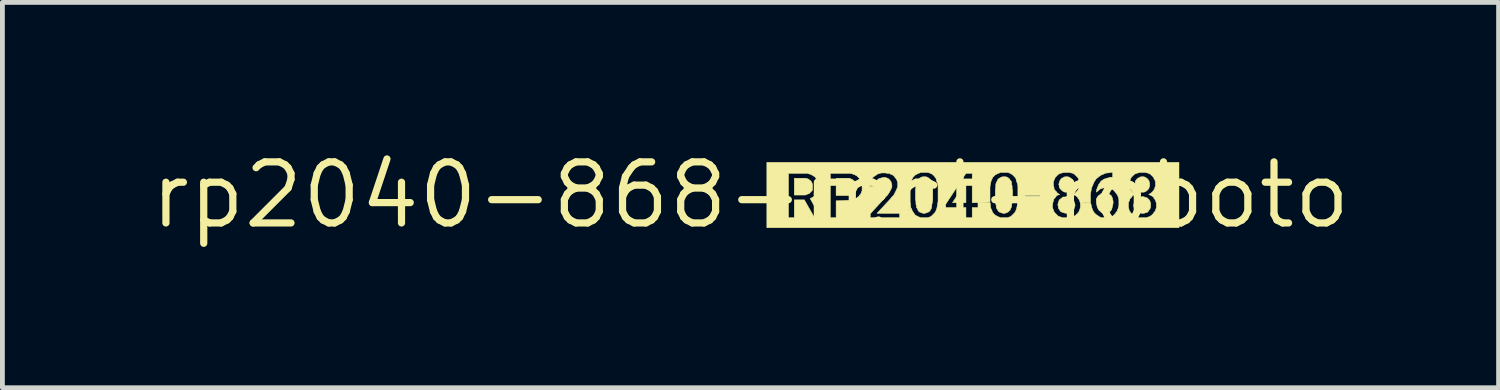
<source format=kicad_pcb>
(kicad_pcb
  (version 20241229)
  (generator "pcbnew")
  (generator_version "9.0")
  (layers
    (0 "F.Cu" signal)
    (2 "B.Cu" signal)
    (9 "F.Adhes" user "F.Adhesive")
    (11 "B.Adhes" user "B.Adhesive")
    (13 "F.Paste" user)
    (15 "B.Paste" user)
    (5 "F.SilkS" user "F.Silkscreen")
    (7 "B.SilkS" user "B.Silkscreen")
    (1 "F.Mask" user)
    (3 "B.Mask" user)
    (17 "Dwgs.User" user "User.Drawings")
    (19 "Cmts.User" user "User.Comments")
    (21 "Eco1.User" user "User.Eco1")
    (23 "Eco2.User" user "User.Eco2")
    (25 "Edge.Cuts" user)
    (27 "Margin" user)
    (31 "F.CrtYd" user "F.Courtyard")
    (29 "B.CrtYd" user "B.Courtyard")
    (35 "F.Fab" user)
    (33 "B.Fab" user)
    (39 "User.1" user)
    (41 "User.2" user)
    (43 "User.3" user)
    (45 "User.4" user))
  (footprint "rp2040-868-rect-roboto"
    (layer "F.Cu")
    (at 12.556 1.006)
    (property "Reference" "rp2040-868-rect-roboto" (at 0 0 0) (layer "F.SilkS") (effects (font (size 1.27 1.27) (thickness 0.15))))
    (attr board_only exclude_from_pos_files exclude_from_bom)
    (fp_poly (pts (xy 4.2 0.16) (xy 4.48 0.16) (xy 4.48 -0.29) (xy 4.47 -0.26) (xy 4.2 0.16)) (stroke (width 0.01) (type solid)) (fill yes) (layer "F.SilkS"))
    (fp_poly (pts (xy 0.91 0) (xy 1.1 0) (xy 1.14 0) (xy 1.16 -0.01) (xy 1.19 -0.02) (xy 1.22 -0.03) (xy 1.24 -0.05) (xy 1.26 -0.07) (xy 1.28 -0.09) (xy 1.29 -0.12) (xy 1.29 -0.15) (xy 1.29 -0.2) (xy 1.29 -0.23) (xy 1.27 -0.26) (xy 1.26 -0.29) (xy 1.23 -0.31) (xy 1.21 -0.33) (xy 1.18 -0.34) (xy 1.15 -0.35) (xy 1.1 -0.35) (xy 0.91 -0.35) (xy 0.91 0)) (stroke (width 0.01) (type solid)) (fill yes) (layer "F.SilkS"))
    (fp_poly (pts (xy 1.78 0.01) (xy 2 0.01) (xy 2.04 0.01) (xy 2.07 0.01) (xy 2.09 0) (xy 2.12 -0.01) (xy 2.14 -0.02) (xy 2.16 -0.05) (xy 2.18 -0.07) (xy 2.19 -0.1) (xy 2.2 -0.14) (xy 2.2 -0.18) (xy 2.2 -0.22) (xy 2.19 -0.25) (xy 2.17 -0.28) (xy 2.15 -0.3) (xy 2.12 -0.32) (xy 2.08 -0.34) (xy 2.05 -0.35) (xy 2 -0.35) (xy 1.78 -0.35) (xy 1.78 0.01)) (stroke (width 0.01) (type solid)) (fill yes) (layer "F.SilkS"))
    (fp_poly (pts (xy 6.57 -0.38) (xy 6.54 -0.38) (xy 6.51 -0.37) (xy 6.48 -0.35) (xy 6.46 -0.34) (xy 6.44 -0.31) (xy 6.43 -0.29) (xy 6.42 -0.26) (xy 6.41 -0.22) (xy 6.42 -0.19) (xy 6.42 -0.16) (xy 6.44 -0.13) (xy 6.46 -0.11) (xy 6.48 -0.09) (xy 6.51 -0.07) (xy 6.54 -0.06) (xy 6.57 -0.06) (xy 6.6 -0.06) (xy 6.63 -0.07) (xy 6.66 -0.09) (xy 6.68 -0.11) (xy 6.7 -0.13) (xy 6.72 -0.16) (xy 6.72 -0.19) (xy 6.73 -0.22) (xy 6.72 -0.25) (xy 6.72 -0.28) (xy 6.7 -0.31) (xy 6.68 -0.33) (xy 6.66 -0.35) (xy 6.63 -0.37) (xy 6.6 -0.38) (xy 6.57 -0.38)) (stroke (width 0.01) (type solid)) (fill yes) (layer "F.SilkS"))
    (fp_poly (pts (xy 6.75 0.21) (xy 6.74 0.17) (xy 6.73 0.14) (xy 6.72 0.11) (xy 6.7 0.09) (xy 6.67 0.06) (xy 6.64 0.05) (xy 6.61 0.04) (xy 6.57 0.03) (xy 6.54 0.04) (xy 6.5 0.04) (xy 6.47 0.06) (xy 6.45 0.08) (xy 6.42 0.1) (xy 6.41 0.13) (xy 6.4 0.16) (xy 6.39 0.2) (xy 6.4 0.24) (xy 6.4 0.27) (xy 6.42 0.3) (xy 6.44 0.33) (xy 6.46 0.35) (xy 6.49 0.36) (xy 6.52 0.37) (xy 6.56 0.38) (xy 6.6 0.38) (xy 6.64 0.37) (xy 6.67 0.36) (xy 6.69 0.34) (xy 6.72 0.31) (xy 6.73 0.28) (xy 6.74 0.25) (xy 6.75 0.21)) (stroke (width 0.01) (type solid)) (fill yes) (layer "F.SilkS"))
    (fp_poly (pts (xy 8.15 -0.38) (xy 8.12 -0.38) (xy 8.09 -0.37) (xy 8.06 -0.35) (xy 8.04 -0.34) (xy 8.02 -0.31) (xy 8 -0.29) (xy 8 -0.26) (xy 7.99 -0.22) (xy 8 -0.19) (xy 8 -0.16) (xy 8.02 -0.13) (xy 8.03 -0.11) (xy 8.06 -0.09) (xy 8.09 -0.07) (xy 8.12 -0.06) (xy 8.15 -0.06) (xy 8.18 -0.06) (xy 8.21 -0.07) (xy 8.24 -0.09) (xy 8.26 -0.11) (xy 8.28 -0.13) (xy 8.29 -0.16) (xy 8.3 -0.19) (xy 8.3 -0.22) (xy 8.3 -0.25) (xy 8.29 -0.28) (xy 8.28 -0.31) (xy 8.26 -0.33) (xy 8.24 -0.35) (xy 8.21 -0.37) (xy 8.18 -0.38) (xy 8.15 -0.38)) (stroke (width 0.01) (type solid)) (fill yes) (layer "F.SilkS"))
    (fp_poly (pts (xy 8.32 0.21) (xy 8.32 0.17) (xy 8.31 0.14) (xy 8.3 0.11) (xy 8.28 0.09) (xy 8.25 0.06) (xy 8.22 0.05) (xy 8.19 0.04) (xy 8.15 0.03) (xy 8.12 0.04) (xy 8.08 0.04) (xy 8.05 0.06) (xy 8.03 0.08) (xy 8 0.1) (xy 7.99 0.13) (xy 7.98 0.16) (xy 7.97 0.2) (xy 7.97 0.24) (xy 7.98 0.27) (xy 8 0.3) (xy 8.02 0.33) (xy 8.04 0.35) (xy 8.07 0.36) (xy 8.1 0.37) (xy 8.14 0.38) (xy 8.18 0.38) (xy 8.21 0.37) (xy 8.25 0.36) (xy 8.27 0.34) (xy 8.29 0.31) (xy 8.31 0.28) (xy 8.32 0.25) (xy 8.32 0.21)) (stroke (width 0.01) (type solid)) (fill yes) (layer "F.SilkS"))
    (fp_poly (pts (xy 7.38 -0.05) (xy 7.35 -0.05) (xy 7.32 -0.04) (xy 7.29 -0.03) (xy 7.27 -0.01) (xy 7.24 0.01) (xy 7.22 0.03) (xy 7.21 0.05) (xy 7.19 0.08) (xy 7.19 0.15) (xy 7.2 0.2) (xy 7.21 0.25) (xy 7.23 0.29) (xy 7.24 0.31) (xy 7.26 0.33) (xy 7.28 0.34) (xy 7.29 0.36) (xy 7.31 0.37) (xy 7.33 0.37) (xy 7.35 0.38) (xy 7.37 0.38) (xy 7.4 0.38) (xy 7.43 0.37) (xy 7.46 0.35) (xy 7.49 0.33) (xy 7.51 0.3) (xy 7.52 0.26) (xy 7.53 0.22) (xy 7.54 0.17) (xy 7.54 0.13) (xy 7.53 0.08) (xy 7.52 0.05) (xy 7.5 0.01) (xy 7.47 -0.01) (xy 7.44 -0.03) (xy 7.41 -0.04) (xy 7.38 -0.05)) (stroke (width 0.01) (type solid)) (fill yes) (layer "F.SilkS"))
    (fp_poly (pts (xy 3.79 -0.09) (xy 3.79 -0.14) (xy 3.78 -0.19) (xy 3.78 -0.22) (xy 3.77 -0.26) (xy 3.76 -0.29) (xy 3.74 -0.31) (xy 3.73 -0.33) (xy 3.71 -0.35) (xy 3.68 -0.37) (xy 3.65 -0.38) (xy 3.62 -0.38) (xy 3.58 -0.38) (xy 3.55 -0.37) (xy 3.53 -0.36) (xy 3.5 -0.34) (xy 3.48 -0.32) (xy 3.47 -0.29) (xy 3.45 -0.26) (xy 3.44 -0.22) (xy 3.44 -0.18) (xy 3.43 -0.11) (xy 3.43 0.09) (xy 3.44 0.14) (xy 3.44 0.19) (xy 3.45 0.22) (xy 3.45 0.26) (xy 3.47 0.28) (xy 3.48 0.31) (xy 3.49 0.33) (xy 3.51 0.35) (xy 3.53 0.36) (xy 3.56 0.37) (xy 3.59 0.38) (xy 3.62 0.38) (xy 3.66 0.37) (xy 3.68 0.36) (xy 3.71 0.35) (xy 3.73 0.33) (xy 3.74 0.31) (xy 3.76 0.28) (xy 3.77 0.24) (xy 3.77 0.2) (xy 3.78 0.16) (xy 3.79 0.09) (xy 3.79 -0.09)) (stroke (width 0.01) (type solid)) (fill yes) (layer "F.SilkS"))
    (fp_poly (pts (xy 5.45 -0.09) (xy 5.44 -0.14) (xy 5.44 -0.19) (xy 5.43 -0.22) (xy 5.43 -0.26) (xy 5.42 -0.29) (xy 5.4 -0.31) (xy 5.39 -0.33) (xy 5.37 -0.35) (xy 5.34 -0.37) (xy 5.31 -0.38) (xy 5.28 -0.38) (xy 5.24 -0.38) (xy 5.21 -0.37) (xy 5.19 -0.36) (xy 5.16 -0.34) (xy 5.14 -0.32) (xy 5.13 -0.29) (xy 5.11 -0.26) (xy 5.1 -0.22) (xy 5.1 -0.18) (xy 5.09 -0.11) (xy 5.09 0.09) (xy 5.1 0.14) (xy 5.1 0.19) (xy 5.11 0.22) (xy 5.11 0.26) (xy 5.12 0.28) (xy 5.14 0.31) (xy 5.15 0.33) (xy 5.17 0.35) (xy 5.19 0.36) (xy 5.22 0.37) (xy 5.25 0.38) (xy 5.28 0.38) (xy 5.32 0.37) (xy 5.34 0.36) (xy 5.36 0.35) (xy 5.38 0.33) (xy 5.4 0.31) (xy 5.41 0.28) (xy 5.43 0.24) (xy 5.43 0.2) (xy 5.44 0.16) (xy 5.45 0.09) (xy 5.45 -0.09)) (stroke (width 0.01) (type solid)) (fill yes) (layer "F.SilkS"))
    (fp_poly (pts (xy 0.68 -0.68) (xy 0.34 -0.68) (xy 0.34 0.68) (xy 8.91 0.68) (xy 8.91 -0.68) (xy 0.68 -0.68) (xy 0.79 -0.45) (xy 1.1 -0.45) (xy 1.15 -0.45) (xy 1.19 -0.45) (xy 1.25 -0.43) (xy 1.27 -0.42) (xy 1.29 -0.41) (xy 1.32 -0.39) (xy 1.34 -0.38) (xy 1.35 -0.36) (xy 1.37 -0.34) (xy 1.38 -0.32) (xy 1.4 -0.29) (xy 1.4 -0.26) (xy 1.41 -0.23) (xy 1.41 -0.19) (xy 1.42 -0.16) (xy 1.41 -0.13) (xy 1.41 -0.1) (xy 1.39 -0.07) (xy 1.38 -0.04) (xy 1.36 -0.02) (xy 1.34 0) (xy 1.32 0.03) (xy 1.3 0.04) (xy 1.27 0.06) (xy 1.24 0.07) (xy 1.46 0.47) (xy 1.66 0.47) (xy 1.66 -0.45) (xy 2.01 -0.45) (xy 2.07 -0.45) (xy 2.12 -0.44) (xy 2.17 -0.42) (xy 2.21 -0.4) (xy 2.24 -0.37) (xy 2.26 -0.35) (xy 2.28 -0.33) (xy 2.29 -0.31) (xy 2.3 -0.29) (xy 2.31 -0.27) (xy 2.32 -0.24) (xy 2.32 -0.21) (xy 2.32 -0.18) (xy 2.48 -0.18) (xy 2.48 -0.22) (xy 2.49 -0.25) (xy 2.5 -0.29) (xy 2.51 -0.32) (xy 2.53 -0.35) (xy 2.56 -0.38) (xy 2.59 -0.4) (xy 2.62 -0.42) (xy 2.65 -0.44) (xy 2.69 -0.45) (xy 2.72 -0.46) (xy 2.76 -0.46) (xy 2.81 -0.46) (xy 2.85 -0.45) (xy 2.89 -0.45) (xy 2.92 -0.43) (xy 2.95 -0.42) (xy 2.98 -0.4) (xy 3 -0.37) (xy 3.02 -0.35) (xy 3.04 -0.32) (xy 3.05 -0.29) (xy 3.06 -0.26) (xy 3.06 -0.22) (xy 3.06 -0.2) (xy 3.06 -0.17) (xy 3.05 -0.15) (xy 3.04 -0.12) (xy 3.01 -0.06) (xy 2.98 0) (xy 2.94 0.04) (xy 2.9 0.09) (xy 2.63 0.38) (xy 3.1 0.38) (xy 3.34 0.28) (xy 3.33 0.24) (xy 3.33 0.2) (xy 3.32 0.15) (xy 3.32 0.09) (xy 3.32 -0.12) (xy 3.32 -0.17) (xy 3.33 -0.23) (xy 3.34 -0.28) (xy 3.36 -0.33) (xy 3.38 -0.37) (xy 3.41 -0.4) (xy 3.43 -0.42) (xy 3.45 -0.43) (xy 3.47 -0.44) (xy 3.49 -0.45) (xy 3.52 -0.46) (xy 3.54 -0.47) (xy 3.57 -0.47) (xy 3.6 -0.47) (xy 3.63 -0.47) (xy 3.66 -0.47) (xy 3.69 -0.47) (xy 3.72 -0.46) (xy 3.74 -0.45) (xy 3.77 -0.44) (xy 3.79 -0.42) (xy 3.81 -0.41) (xy 3.83 -0.38) (xy 3.86 -0.34) (xy 3.87 -0.29) (xy 3.89 -0.24) (xy 3.9 -0.19) (xy 3.9 -0.13) (xy 3.9 0.07) (xy 3.9 0.13) (xy 3.89 0.19) (xy 4.06 0.19) (xy 4.48 -0.45) (xy 4.61 -0.45) (xy 4.61 0.16) (xy 4.73 0.16) (xy 4.98 0.14) (xy 4.98 0.09) (xy 4.98 -0.12) (xy 4.98 -0.17) (xy 4.99 -0.23) (xy 5 -0.28) (xy 5.02 -0.33) (xy 5.04 -0.37) (xy 5.07 -0.4) (xy 5.09 -0.42) (xy 5.11 -0.43) (xy 5.13 -0.44) (xy 5.15 -0.45) (xy 5.18 -0.46) (xy 5.2 -0.47) (xy 5.23 -0.47) (xy 5.26 -0.47) (xy 5.29 -0.47) (xy 5.32 -0.47) (xy 5.35 -0.47) (xy 5.38 -0.46) (xy 5.4 -0.45) (xy 5.42 -0.44) (xy 5.45 -0.42) (xy 5.46 -0.41) (xy 5.49 -0.38) (xy 5.52 -0.34) (xy 5.53 -0.29) (xy 5.55 -0.24) (xy 5.56 -0.19) (xy 5.56 -0.13) (xy 5.56 0.07) (xy 5.71 0.1) (xy 5.71 0.01) (xy 6.02 0.01) (xy 6.02 0.1) (xy 6.29 0.15) (xy 6.3 0.12) (xy 6.31 0.08) (xy 6.34 0.05) (xy 6.36 0.02) (xy 6.39 0) (xy 6.43 -0.01) (xy 6.4 -0.03) (xy 6.38 -0.04) (xy 6.37 -0.06) (xy 6.35 -0.08) (xy 6.33 -0.1) (xy 6.32 -0.12) (xy 6.31 -0.14) (xy 6.31 -0.17) (xy 6.3 -0.19) (xy 6.3 -0.22) (xy 6.3 -0.25) (xy 6.3 -0.28) (xy 6.31 -0.3) (xy 6.32 -0.33) (xy 6.33 -0.35) (xy 6.34 -0.37) (xy 6.37 -0.4) (xy 6.4 -0.43) (xy 6.44 -0.45) (xy 6.48 -0.46) (xy 6.52 -0.47) (xy 6.57 -0.47) (xy 6.62 -0.47) (xy 6.67 -0.46) (xy 6.71 -0.45) (xy 6.74 -0.43) (xy 6.77 -0.4) (xy 6.8 -0.37) (xy 6.82 -0.34) (xy 6.83 -0.3) (xy 6.84 -0.27) (xy 6.84 -0.22) (xy 6.84 -0.19) (xy 6.83 -0.16) (xy 6.82 -0.13) (xy 6.81 -0.11) (xy 6.79 -0.08) (xy 6.76 -0.05) (xy 6.74 -0.03) (xy 6.71 -0.01) (xy 6.73 0) (xy 6.76 0.01) (xy 6.78 0.03) (xy 6.8 0.04) (xy 6.81 0.07) (xy 6.83 0.09) (xy 6.84 0.11) (xy 6.85 0.14) (xy 6.86 0.17) (xy 7.07 0.15) (xy 7.07 0.11) (xy 7.07 0.03) (xy 7.07 -0.02) (xy 7.08 -0.08) (xy 7.09 -0.13) (xy 7.1 -0.17) (xy 7.12 -0.21) (xy 7.13 -0.24) (xy 7.15 -0.28) (xy 7.17 -0.31) (xy 7.19 -0.34) (xy 7.22 -0.36) (xy 7.24 -0.38) (xy 7.27 -0.4) (xy 7.3 -0.42) (xy 7.33 -0.43) (xy 7.37 -0.45) (xy 7.41 -0.46) (xy 7.44 -0.46) (xy 7.49 -0.47) (xy 7.53 -0.47) (xy 7.53 -0.37) (xy 7.48 -0.37) (xy 7.45 -0.36) (xy 7.41 -0.35) (xy 7.38 -0.34) (xy 7.35 -0.33) (xy 7.32 -0.31) (xy 7.29 -0.29) (xy 7.27 -0.26) (xy 7.24 -0.22) (xy 7.22 -0.17) (xy 7.2 -0.12) (xy 7.19 -0.06) (xy 7.23 -0.09) (xy 7.26 -0.12) (xy 7.31 -0.14) (xy 7.35 -0.15) (xy 7.41 -0.15) (xy 7.45 -0.14) (xy 7.48 -0.14) (xy 7.5 -0.13) (xy 7.52 -0.12) (xy 7.54 -0.11) (xy 7.57 -0.08) (xy 7.6 -0.04) (xy 7.63 0) (xy 7.65 0.05) (xy 7.66 0.1) (xy 7.66 0.15) (xy 7.66 0.21) (xy 7.86 0.23) (xy 7.86 0.19) (xy 7.86 0.15) (xy 7.88 0.12) (xy 7.89 0.08) (xy 7.92 0.05) (xy 7.94 0.02) (xy 7.97 0) (xy 8.01 -0.01) (xy 7.98 -0.03) (xy 7.96 -0.04) (xy 7.94 -0.06) (xy 7.93 -0.08) (xy 7.91 -0.1) (xy 7.9 -0.12) (xy 7.89 -0.14) (xy 7.88 -0.17) (xy 7.88 -0.19) (xy 7.88 -0.22) (xy 7.88 -0.25) (xy 7.88 -0.28) (xy 7.89 -0.3) (xy 7.9 -0.33) (xy 7.91 -0.35) (xy 7.92 -0.37) (xy 7.95 -0.4) (xy 7.98 -0.43) (xy 8.02 -0.45) (xy 8.06 -0.46) (xy 8.1 -0.47) (xy 8.15 -0.47) (xy 8.2 -0.47) (xy 8.25 -0.46) (xy 8.28 -0.45) (xy 8.32 -0.43) (xy 8.35 -0.4) (xy 8.38 -0.37) (xy 8.39 -0.34) (xy 8.41 -0.31) (xy 8.42 -0.27) (xy 8.42 -0.22) (xy 8.42 -0.19) (xy 8.41 -0.16) (xy 8.4 -0.13) (xy 8.39 -0.11) (xy 8.37 -0.08) (xy 8.34 -0.05) (xy 8.31 -0.03) (xy 8.28 -0.01) (xy 8.31 0) (xy 8.33 0.01) (xy 8.36 0.03) (xy 8.38 0.04) (xy 8.39 0.07) (xy 8.41 0.09) (xy 8.42 0.11) (xy 8.43 0.14) (xy 8.44 0.17) (xy 8.44 0.2) (xy 8.44 0.23) (xy 8.44 0.26) (xy 8.43 0.29) (xy 8.42 0.32) (xy 8.41 0.34) (xy 8.39 0.36) (xy 8.38 0.38) (xy 8.36 0.4) (xy 8.34 0.42) (xy 8.31 0.44) (xy 8.29 0.45) (xy 8.26 0.46) (xy 8.23 0.47) (xy 8.2 0.47) (xy 8.17 0.47) (xy 8.13 0.47) (xy 8.1 0.47) (xy 8.06 0.47) (xy 8.03 0.46) (xy 8.01 0.45) (xy 7.98 0.44) (xy 7.96 0.42) (xy 7.94 0.4) (xy 7.92 0.38) (xy 7.9 0.36) (xy 7.89 0.34) (xy 7.87 0.31) (xy 7.87 0.29) (xy 7.86 0.26) (xy 7.86 0.23) (xy 7.66 0.21) (xy 7.65 0.26) (xy 7.64 0.29) (xy 7.63 0.31) (xy 7.62 0.34) (xy 7.6 0.36) (xy 7.59 0.38) (xy 7.57 0.4) (xy 7.55 0.42) (xy 7.53 0.44) (xy 7.5 0.45) (xy 7.48 0.46) (xy 7.45 0.47) (xy 7.42 0.47) (xy 7.39 0.47) (xy 7.36 0.47) (xy 7.33 0.47) (xy 7.3 0.47) (xy 7.27 0.46) (xy 7.24 0.44) (xy 7.21 0.42) (xy 7.18 0.4) (xy 7.15 0.37) (xy 7.13 0.34) (xy 7.11 0.3) (xy 7.1 0.27) (xy 7.09 0.23) (xy 7.08 0.19) (xy 7.07 0.16) (xy 6.86 0.17) (xy 6.86 0.2) (xy 6.86 0.23) (xy 6.86 0.26) (xy 6.85 0.29) (xy 6.84 0.32) (xy 6.83 0.34) (xy 6.82 0.36) (xy 6.8 0.38) (xy 6.78 0.4) (xy 6.76 0.42) (xy 6.73 0.44) (xy 6.71 0.45) (xy 6.68 0.46) (xy 6.65 0.47) (xy 6.62 0.47) (xy 6.59 0.47) (xy 6.55 0.47) (xy 6.52 0.47) (xy 6.49 0.47) (xy 6.46 0.46) (xy 6.43 0.45) (xy 6.4 0.44) (xy 6.38 0.42) (xy 6.36 0.4) (xy 6.34 0.38) (xy 6.32 0.36) (xy 6.31 0.34) (xy 6.3 0.31) (xy 6.29 0.29) (xy 6.28 0.26) (xy 6.28 0.23) (xy 6.28 0.19) (xy 6.29 0.15) (xy 6.02 0.1) (xy 5.71 0.1) (xy 5.56 0.07) (xy 5.56 0.13) (xy 5.55 0.19) (xy 5.54 0.25) (xy 5.53 0.29) (xy 5.51 0.34) (xy 5.49 0.37) (xy 5.46 0.4) (xy 5.43 0.43) (xy 5.42 0.44) (xy 5.4 0.45) (xy 5.35 0.47) (xy 5.3 0.47) (xy 5.24 0.47) (xy 5.2 0.47) (xy 5.15 0.45) (xy 5.11 0.43) (xy 5.08 0.41) (xy 5.05 0.38) (xy 5.03 0.35) (xy 5.02 0.32) (xy 5 0.28) (xy 4.99 0.24) (xy 4.99 0.2) (xy 4.98 0.15) (xy 4.73 0.16) (xy 4.73 0.26) (xy 4.61 0.26) (xy 4.61 0.47) (xy 4.48 0.47) (xy 4.48 0.26) (xy 4.06 0.26) (xy 4.06 0.19) (xy 3.89 0.19) (xy 3.88 0.25) (xy 3.87 0.29) (xy 3.85 0.34) (xy 3.83 0.37) (xy 3.8 0.4) (xy 3.77 0.43) (xy 3.76 0.44) (xy 3.74 0.45) (xy 3.69 0.47) (xy 3.64 0.47) (xy 3.59 0.47) (xy 3.54 0.47) (xy 3.49 0.45) (xy 3.45 0.43) (xy 3.42 0.41) (xy 3.4 0.38) (xy 3.38 0.35) (xy 3.36 0.32) (xy 3.35 0.28) (xy 3.1 0.38) (xy 3.1 0.47) (xy 2.49 0.47) (xy 2.49 0.39) (xy 2.82 0.03) (xy 2.85 0) (xy 2.89 -0.06) (xy 2.91 -0.1) (xy 2.93 -0.14) (xy 2.94 -0.17) (xy 2.94 -0.21) (xy 2.93 -0.25) (xy 2.92 -0.28) (xy 2.9 -0.31) (xy 2.88 -0.33) (xy 2.85 -0.35) (xy 2.82 -0.36) (xy 2.78 -0.37) (xy 2.74 -0.36) (xy 2.7 -0.35) (xy 2.67 -0.34) (xy 2.64 -0.32) (xy 2.62 -0.29) (xy 2.61 -0.26) (xy 2.6 -0.22) (xy 2.59 -0.18) (xy 2.48 -0.18) (xy 2.32 -0.18) (xy 2.32 -0.15) (xy 2.32 -0.12) (xy 2.32 -0.09) (xy 2.31 -0.07) (xy 2.3 -0.04) (xy 2.29 -0.02) (xy 2.27 0) (xy 2.26 0.02) (xy 2.22 0.05) (xy 2.19 0.08) (xy 2.14 0.09) (xy 2.1 0.11) (xy 2.06 0.11) (xy 2.02 0.11) (xy 1.78 0.12) (xy 1.78 0.47) (xy 1.66 0.47) (xy 1.46 0.47) (xy 1.33 0.47) (xy 1.12 0.1) (xy 0.91 0.1) (xy 0.91 0.47) (xy 0.79 0.47) (xy 0.79 -0.45) (xy 0.68 -0.68)) (stroke (width 0.01) (type solid)) (fill yes) (layer "F.SilkS")))
  (gr_rect
    (start -3 -3)
    (end 28.112 5.012)
    (stroke (width 0.1) (type default))
    (fill no)
    (layer "Edge.Cuts")))
</source>
